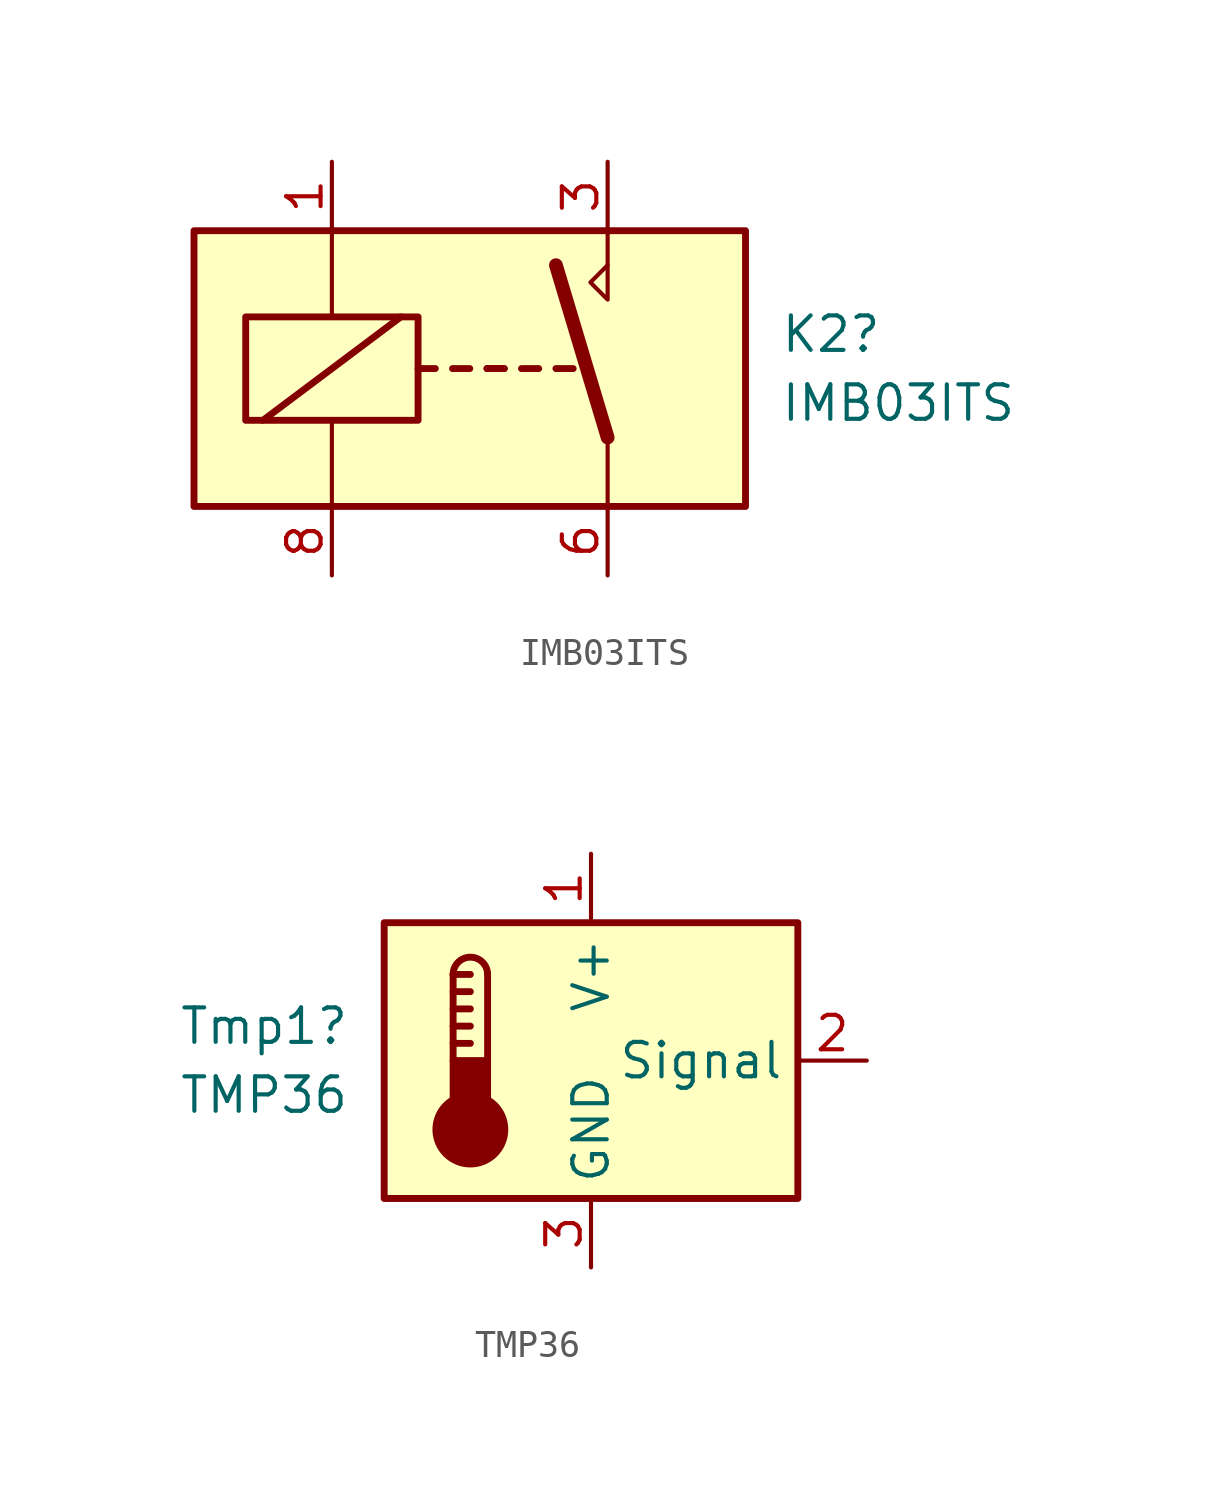
<source format=kicad_sym>
(kicad_symbol_lib
  (version 20231120)
  (generator "kicad_symbol_editor")
  (generator_version "8.0")
  (symbol "IMB03ITS"
    (property "Reference" "K2"
      (at 11.43 1.27 0)
      (effects (font (size 1.27 1.27)) (justify left)))
    (property "Value" "IMB03ITS"
      (at 11.43 -1.27 0)
      (effects (font (size 1.27 1.27)) (justify left)))
    (symbol "IMB03ITS_1_1"
      (rectangle (start -10.16 5.08) (end 10.16 -5.08) (stroke (width 0.254) (type default)) (fill (type background)))
      (rectangle (start -8.255 1.905) (end -1.905 -1.905) (stroke (width 0.254) (type default)) (fill (type none)))
      (polyline (pts (xy -7.62 -1.905) (xy -2.54 1.905)) (stroke (width 0.254) (type default)) (fill (type none)))
      (polyline (pts (xy -5.08 -5.08) (xy -5.08 -1.905)) (stroke (width 0) (type default)) (fill (type none)))
      (polyline (pts (xy -5.08 5.08) (xy -5.08 1.905)) (stroke (width 0) (type default)) (fill (type none)))
      (polyline (pts (xy -1.905 0) (xy -1.27 0)) (stroke (width 0.254) (type default)) (fill (type none)))
      (polyline (pts (xy -0.635 0) (xy 0 0)) (stroke (width 0.254) (type default)) (fill (type none)))
      (polyline (pts (xy 0.635 0) (xy 1.27 0)) (stroke (width 0.254) (type default)) (fill (type none)))
      (polyline (pts (xy 0.635 0) (xy 1.27 0)) (stroke (width 0.254) (type default)) (fill (type none)))
      (polyline (pts (xy 1.905 0) (xy 2.54 0)) (stroke (width 0.254) (type default)) (fill (type none)))
      (polyline (pts (xy 3.175 0) (xy 3.81 0)) (stroke (width 0.254) (type default)) (fill (type none)))
      (polyline (pts (xy 5.08 -2.54) (xy 3.175 3.81)) (stroke (width 0.508) (type default)) (fill (type none)))
      (polyline (pts (xy 5.08 -2.54) (xy 5.08 -5.08)) (stroke (width 0) (type default)) (fill (type none)))
      (polyline (pts (xy 5.08 3.81) (xy 5.08 5.08)) (stroke (width 0) (type default)) (fill (type none)))
      (polyline (pts (xy 5.08 3.81) (xy 5.08 2.54) (xy 4.445 3.175) (xy 5.08 3.81)) (stroke (width 0) (type default)) (fill (type none)))
      (pin passive line (at -5.08 7.62 270) (length 2.54) (name "~" (effects (font (size 1.27 1.27)))) (number "1" (effects (font (size 1.27 1.27)))))
      (pin passive line (at 5.08 7.62 270) (length 2.54) (name "~" (effects (font (size 1.27 1.27)))) (number "3" (effects (font (size 1.27 1.27)))))
      (pin passive line (at 5.08 -7.62 90) (length 2.54) (name "~" (effects (font (size 1.27 1.27)))) (number "6" (effects (font (size 1.27 1.27)))))
      (pin passive line (at -5.08 -7.62 90) (length 2.54) (name "" (effects (font (size 1.27 1.27)))) (number "8" (effects (font (size 1.27 1.27)))))))
  (symbol "TMP36"
    (property "Reference" "Tmp1"
      (at -8.89 1.27 0)
      (effects (font (size 1.27 1.27)) (justify right)))
    (property "Value" "TMP36"
      (at -8.89 -1.27 0)
      (effects (font (size 1.27 1.27)) (justify right)))
    (symbol "TMP36_0_1"
      (rectangle (start -7.62 5.08) (end 7.62 -5.08) (stroke (width 0.254) (type default)) (fill (type background)))
      (circle (center -4.445 -2.54) (radius 1.27) (stroke (width 0.254) (type default)) (fill (type outline)))
      (rectangle (start -3.81 -1.905) (end -5.08 0) (stroke (width 0.254) (type default)) (fill (type outline)))
      (arc (start -3.81 3.175) (mid -4.445 3.8073) (end -5.08 3.175) (stroke (width 0.254) (type default)) (fill (type none)))
      (polyline (pts (xy -5.08 0.635) (xy -4.445 0.635)) (stroke (width 0.254) (type default)) (fill (type none)))
      (polyline (pts (xy -5.08 1.27) (xy -4.445 1.27)) (stroke (width 0.254) (type default)) (fill (type none)))
      (polyline (pts (xy -5.08 1.905) (xy -4.445 1.905)) (stroke (width 0.254) (type default)) (fill (type none)))
      (polyline (pts (xy -5.08 2.54) (xy -4.445 2.54)) (stroke (width 0.254) (type default)) (fill (type none)))
      (polyline (pts (xy -5.08 3.175) (xy -5.08 0)) (stroke (width 0.254) (type default)) (fill (type none)))
      (polyline (pts (xy -5.08 3.175) (xy -4.445 3.175)) (stroke (width 0.254) (type default)) (fill (type none)))
      (polyline (pts (xy -3.81 3.175) (xy -3.81 0)) (stroke (width 0.254) (type default)) (fill (type none))))
    (symbol "TMP36_1_1"
      (pin power_in line (at 0 7.62 270) (length 2.54) (name "V+" (effects (font (size 1.27 1.27)))) (number "1" (effects (font (size 1.27 1.27)))))
      (pin output line (at 10.16 0 180) (length 2.54) (name "Signal" (effects (font (size 1.27 1.27)))) (number "2" (effects (font (size 1.27 1.27)))))
      (pin power_in line (at 0 -7.62 90) (length 2.54) (name "GND" (effects (font (size 1.27 1.27)))) (number "3" (effects (font (size 1.27 1.27))))))))
</source>
